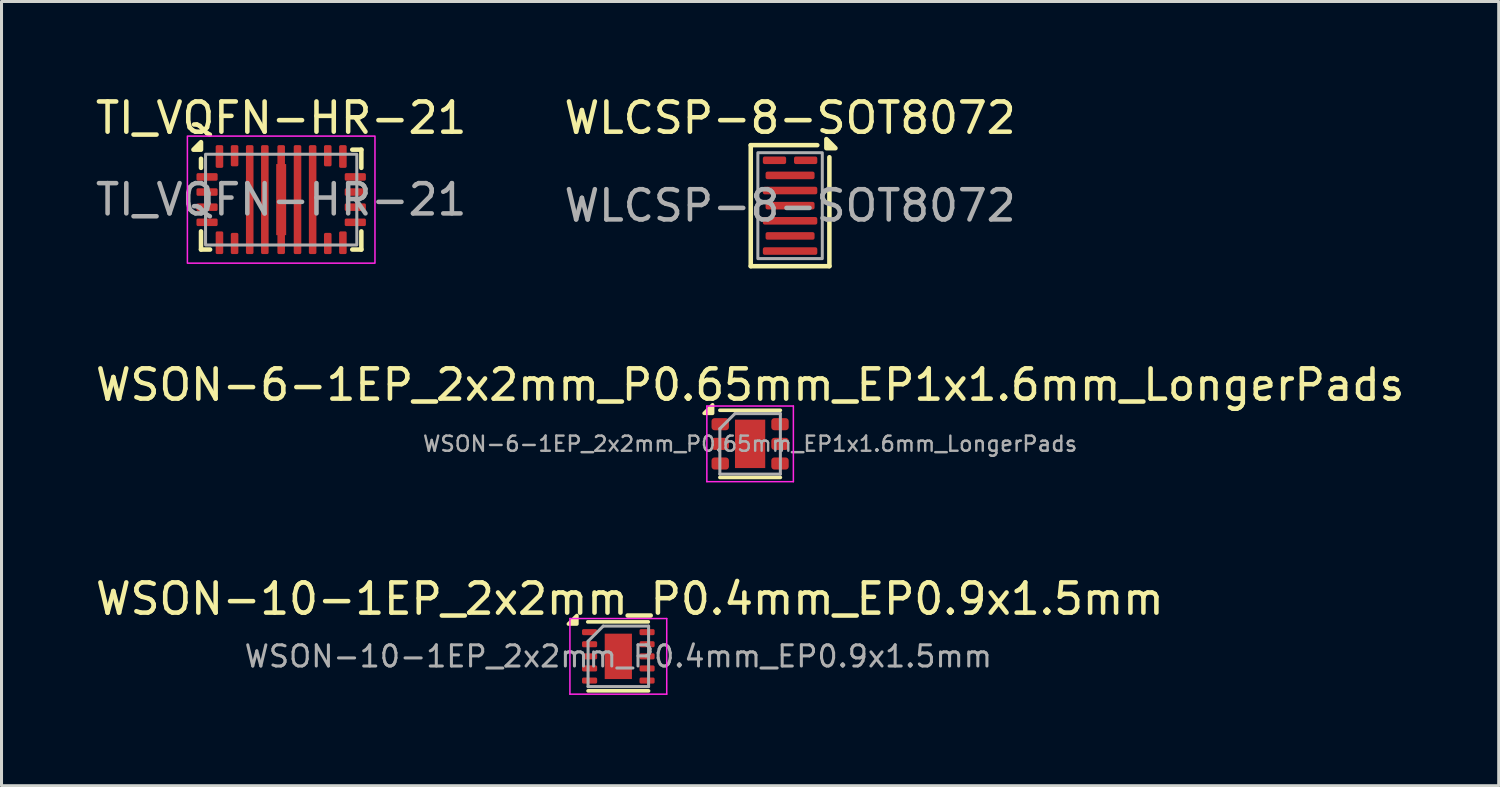
<source format=kicad_pcb>
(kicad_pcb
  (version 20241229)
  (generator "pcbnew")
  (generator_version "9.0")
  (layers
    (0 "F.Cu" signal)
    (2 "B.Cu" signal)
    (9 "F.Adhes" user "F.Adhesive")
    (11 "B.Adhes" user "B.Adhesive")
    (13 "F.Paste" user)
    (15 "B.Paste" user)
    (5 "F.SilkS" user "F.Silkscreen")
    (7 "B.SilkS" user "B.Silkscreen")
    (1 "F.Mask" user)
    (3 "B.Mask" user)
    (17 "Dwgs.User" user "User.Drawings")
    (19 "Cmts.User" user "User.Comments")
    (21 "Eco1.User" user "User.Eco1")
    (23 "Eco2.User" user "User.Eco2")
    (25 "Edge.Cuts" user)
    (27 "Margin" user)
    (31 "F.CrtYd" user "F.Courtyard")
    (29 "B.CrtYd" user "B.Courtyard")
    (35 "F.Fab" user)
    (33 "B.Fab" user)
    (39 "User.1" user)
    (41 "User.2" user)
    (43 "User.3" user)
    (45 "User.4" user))
  (footprint "WLCSP-8-SOT8072"
    (layer "F.Cu")
    (at 23.065 3.748)
    (property "Reference" "WLCSP-8-SOT8072" (at 0 -2.9 0) (unlocked yes) (layer "F.SilkS") (effects (font (size 1 1) (thickness 0.15))))
    (attr smd)
    (fp_line (start -1.3 -2) (end -1.3 2) (stroke (width 0.15) (type default)) (layer "F.SilkS"))
    (fp_line (start -1.3 2) (end 1.3 2) (stroke (width 0.15) (type default)) (layer "F.SilkS"))
    (fp_line (start 0.9 -2) (end -1.3 -2) (stroke (width 0.15) (type default)) (layer "F.SilkS"))
    (fp_line (start 1.3 2) (end 1.3 -1.6) (stroke (width 0.15) (type default)) (layer "F.SilkS"))
    (fp_poly (pts (xy 1.2 -1.9) (xy 1.5 -1.9) (xy 1.2 -2.2)) (stroke (width 0.15) (type solid)) (fill yes) (layer "F.SilkS"))
    (fp_rect (start -1.065 -1.75) (end 1.065 1.75) (stroke (width 0.1) (type default)) (fill no) (layer "F.Fab"))
    (fp_text user "${REFERENCE}" (at 0 0 0) (unlocked yes) (layer "F.Fab") (effects (font (size 1 1) (thickness 0.15))))
    (pad "1" smd roundrect (at 0.515 -1.5) (size 0.77 0.25) (layers "F.Cu" "F.Mask" "F.Paste") (roundrect_rratio 0.25))
    (pad "2" smd roundrect (at -0.515 -1.5) (size 0.77 0.25) (layers "F.Cu" "F.Mask" "F.Paste") (roundrect_rratio 0.25))
    (pad "3" smd roundrect (at 0 -1) (size 1.62 0.25) (layers "F.Cu" "F.Mask" "F.Paste") (roundrect_rratio 0.25))
    (pad "4" smd roundrect (at 0 -0.5) (size 1.8 0.25) (layers "F.Cu" "F.Mask" "F.Paste") (roundrect_rratio 0.25))
    (pad "5" smd roundrect (at 0 0) (size 1.62 0.25) (layers "F.Cu" "F.Mask" "F.Paste") (roundrect_rratio 0.25))
    (pad "6" smd roundrect (at 0 0.5) (size 1.8 0.25) (layers "F.Cu" "F.Mask" "F.Paste") (roundrect_rratio 0.25))
    (pad "7" smd roundrect (at 0 1) (size 1.62 0.25) (layers "F.Cu" "F.Mask" "F.Paste") (roundrect_rratio 0.25))
    (pad "8" smd roundrect (at 0 1.5) (size 1.8 0.25) (layers "F.Cu" "F.Mask" "F.Paste") (roundrect_rratio 0.25)))
  (footprint "TI_VQFN-HR-21"
    (layer "F.Cu")
    (at 6.244 3.548)
    (property "Reference" "TI_VQFN-HR-21" (at 0 -2.7 0) (unlocked yes) (layer "F.SilkS") (effects (font (size 1 1) (thickness 0.15))))
    (attr smd)
    (fp_line (start -2.65 -1.35) (end -2.65 -1.05) (stroke (width 0.15) (type default)) (layer "F.SilkS"))
    (fp_line (start -2.65 1.05) (end -2.65 1.65) (stroke (width 0.15) (type default)) (layer "F.SilkS"))
    (fp_line (start -2.65 1.65) (end -2.35 1.65) (stroke (width 0.15) (type default)) (layer "F.SilkS"))
    (fp_line (start 2.65 -1.65) (end 2.35 -1.65) (stroke (width 0.15) (type default)) (layer "F.SilkS"))
    (fp_line (start 2.65 -1.05) (end 2.65 -1.65) (stroke (width 0.15) (type default)) (layer "F.SilkS"))
    (fp_line (start 2.65 1.05) (end 2.65 1.65) (stroke (width 0.15) (type default)) (layer "F.SilkS"))
    (fp_line (start 2.65 1.65) (end 2.35 1.65) (stroke (width 0.15) (type default)) (layer "F.SilkS"))
    (fp_poly (pts (xy -2.65 -1.65) (xy -2.9 -1.65) (xy -2.65 -1.9)) (stroke (width 0.15) (type solid)) (fill yes) (layer "F.SilkS"))
    (fp_rect (start -3.1 -2.1) (end 3.1 2.1) (stroke (width 0.05) (type default)) (fill no) (layer "F.CrtYd"))
    (fp_rect (start -2.5 -1.5) (end 2.5 1.5) (stroke (width 0.1) (type default)) (fill no) (layer "F.Fab"))
    (fp_text user "${REFERENCE}" (at 0 0 0) (unlocked yes) (layer "F.Fab") (effects (font (size 1 1) (thickness 0.15))))
    (pad "1" smd roundrect (at -2.45 -0.75) (size 0.7 0.25) (layers "F.Cu" "F.Mask" "F.Paste") (roundrect_rratio 0.2))
    (pad "2" smd roundrect (at -2.45 -0.25) (size 0.7 0.25) (layers "F.Cu" "F.Mask" "F.Paste") (roundrect_rratio 0.2))
    (pad "3" smd roundrect (at -2.45 0.25) (size 0.7 0.25) (layers "F.Cu" "F.Mask" "F.Paste") (roundrect_rratio 0.2))
    (pad "4" smd roundrect (at -2.45 0.75) (size 0.7 0.25) (layers "F.Cu" "F.Mask" "F.Paste") (roundrect_rratio 0.2))
    (pad "5" smd roundrect (at -2.04 1.425 90) (size 0.75 0.25) (layers "F.Cu" "F.Mask" "F.Paste") (roundrect_rratio 0.2))
    (pad "6" smd roundrect (at -1.54 1.45 90) (size 0.7 0.25) (layers "F.Cu" "F.Mask" "F.Paste") (roundrect_rratio 0.2))
    (pad "7" smd roundrect (at -1.04 0 90) (size 3.6 0.25) (layers "F.Cu" "F.Mask" "F.Paste") (roundrect_rratio 0.2))
    (pad "8" smd roundrect (at -0.54 0 90) (size 3.6 0.25) (layers "F.Cu" "F.Mask" "F.Paste") (roundrect_rratio 0.2))
    (pad "9" smd custom (at 0 0 90) (size 0.25 0.25) (layers "F.Cu" "F.Mask" "F.Paste") (options (anchor circle)) (primitives (gr_rect (start -1.175 -0.165) (end 1.175 0.165) (width 0) (fill yes)) (gr_poly (pts (xy -1.8 -0.075) (xy -1.796 -0.094) (xy -1.785 -0.11) (xy -1.769 -0.121) (xy -1.75 -0.125) (xy 1.75 -0.125) (xy 1.769 -0.121) (xy 1.785 -0.11) (xy 1.796 -0.094) (xy 1.8 -0.075) (xy 1.8 0.075) (xy 1.796 0.094) (xy 1.785 0.11) (xy 1.769 0.121) (xy 1.75 0.125) (xy -1.75 0.125) (xy -1.769 0.121) (xy -1.785 0.11) (xy -1.796 0.094) (xy -1.8 0.075)) (width 0) (fill yes))))
    (pad "10" smd roundrect (at 0.54 0 90) (size 3.6 0.25) (layers "F.Cu" "F.Mask" "F.Paste") (roundrect_rratio 0.2))
    (pad "11" smd roundrect (at 1.04 0 90) (size 3.6 0.25) (layers "F.Cu" "F.Mask" "F.Paste") (roundrect_rratio 0.2))
    (pad "12" smd roundrect (at 1.54 1.45 90) (size 0.7 0.25) (layers "F.Cu" "F.Mask" "F.Paste") (roundrect_rratio 0.2))
    (pad "13" smd roundrect (at 2.04 1.425 90) (size 0.75 0.25) (layers "F.Cu" "F.Mask" "F.Paste") (roundrect_rratio 0.2))
    (pad "14" smd roundrect (at 2.45 0.75) (size 0.7 0.25) (layers "F.Cu" "F.Mask" "F.Paste") (roundrect_rratio 0.2))
    (pad "15" smd roundrect (at 2.45 0.25) (size 0.7 0.25) (layers "F.Cu" "F.Mask" "F.Paste") (roundrect_rratio 0.2))
    (pad "16" smd roundrect (at 2.45 -0.25) (size 0.7 0.25) (layers "F.Cu" "F.Mask" "F.Paste") (roundrect_rratio 0.2))
    (pad "17" smd roundrect (at 2.45 -0.75) (size 0.7 0.25) (layers "F.Cu" "F.Mask" "F.Paste") (roundrect_rratio 0.2))
    (pad "18" smd roundrect (at 2.04 -1.425 90) (size 0.75 0.25) (layers "F.Cu" "F.Mask" "F.Paste") (roundrect_rratio 0.2))
    (pad "19" smd roundrect (at 1.54 -1.45 90) (size 0.7 0.25) (layers "F.Cu" "F.Mask" "F.Paste") (roundrect_rratio 0.2))
    (pad "20" smd roundrect (at -1.54 -1.45 90) (size 0.7 0.25) (layers "F.Cu" "F.Mask" "F.Paste") (roundrect_rratio 0.2))
    (pad "21" smd roundrect (at -2.04 -1.425 90) (size 0.75 0.25) (layers "F.Cu" "F.Mask" "F.Paste") (roundrect_rratio 0.2)))
  (footprint "WSON-10-1EP_2x2mm_P0.4mm_EP0.9x1.5mm"
    (layer "F.Cu")
    (at 17.388 18.645)
    (property "Reference" "WSON-10-1EP_2x2mm_P0.4mm_EP0.9x1.5mm" (at 0.38 -1.9 0) (layer "F.SilkS") (effects (font (size 1 1) (thickness 0.15))))
    (attr smd)
    (fp_line (start -1.01 -1.14) (end 0.99 -1.14) (stroke (width 0.12) (type solid)) (layer "F.SilkS"))
    (fp_line (start -1 1.14) (end 1 1.14) (stroke (width 0.12) (type solid)) (layer "F.SilkS"))
    (fp_poly (pts (xy -1.37 -1.07) (xy -1.65 -1.07) (xy -1.37 -1.35) (xy -1.37 -1.07)) (stroke (width 0.12) (type solid)) (fill yes) (layer "F.SilkS"))
    (fp_line (start -1.6 -1.25) (end -1.6 1.25) (stroke (width 0.05) (type solid)) (layer "F.CrtYd"))
    (fp_line (start -1.6 -1.25) (end 1.6 -1.25) (stroke (width 0.05) (type solid)) (layer "F.CrtYd"))
    (fp_line (start -1.6 1.25) (end 1.6 1.25) (stroke (width 0.05) (type solid)) (layer "F.CrtYd"))
    (fp_line (start 1.6 -1.25) (end 1.6 1.25) (stroke (width 0.05) (type solid)) (layer "F.CrtYd"))
    (fp_line (start -1 1) (end -1 -0.5) (stroke (width 0.1) (type solid)) (layer "F.Fab"))
    (fp_line (start -0.5 -1) (end -1 -0.5) (stroke (width 0.1) (type solid)) (layer "F.Fab"))
    (fp_line (start -0.5 -1) (end 1 -1) (stroke (width 0.1) (type solid)) (layer "F.Fab"))
    (fp_line (start 1 -1) (end 1 1) (stroke (width 0.1) (type solid)) (layer "F.Fab"))
    (fp_line (start 1 1) (end -1 1) (stroke (width 0.1) (type solid)) (layer "F.Fab"))
    (fp_text user "${REFERENCE}" (at 0 0 0) (layer "F.Fab") (effects (font (size 0.7 0.7) (thickness 0.1))))
    (pad "" smd rect (at 0 -0.4) (size 0.75 0.65) (layers "F.Paste"))
    (pad "" smd rect (at 0 0.4) (size 0.75 0.65) (layers "F.Paste"))
    (pad "1" smd roundrect (at -0.95 -0.8) (size 0.5 0.2) (layers "F.Cu" "F.Mask" "F.Paste") (roundrect_rratio 0.25))
    (pad "2" smd roundrect (at -0.95 -0.4) (size 0.5 0.2) (layers "F.Cu" "F.Mask" "F.Paste") (roundrect_rratio 0.25))
    (pad "3" smd roundrect (at -0.95 0) (size 0.5 0.2) (layers "F.Cu" "F.Mask" "F.Paste") (roundrect_rratio 0.25))
    (pad "4" smd roundrect (at -0.95 0.4) (size 0.5 0.2) (layers "F.Cu" "F.Mask" "F.Paste") (roundrect_rratio 0.25))
    (pad "5" smd roundrect (at -0.95 0.8) (size 0.5 0.2) (layers "F.Cu" "F.Mask" "F.Paste") (roundrect_rratio 0.25))
    (pad "6" smd roundrect (at 0.95 0.8) (size 0.5 0.2) (layers "F.Cu" "F.Mask" "F.Paste") (roundrect_rratio 0.25))
    (pad "7" smd roundrect (at 0.95 0.4) (size 0.5 0.2) (layers "F.Cu" "F.Mask" "F.Paste") (roundrect_rratio 0.25))
    (pad "8" smd roundrect (at 0.95 0) (size 0.5 0.2) (layers "F.Cu" "F.Mask" "F.Paste") (roundrect_rratio 0.25))
    (pad "9" smd roundrect (at 0.95 -0.4) (size 0.5 0.2) (layers "F.Cu" "F.Mask" "F.Paste") (roundrect_rratio 0.25))
    (pad "10" smd roundrect (at 0.95 -0.8) (size 0.5 0.2) (layers "F.Cu" "F.Mask" "F.Paste") (roundrect_rratio 0.25))
    (pad "11" smd rect (at 0 0) (size 0.9 1.5) (layers "F.Cu" "F.Mask")))
  (footprint "WSON-6-1EP_2x2mm_P0.65mm_EP1x1.6mm_LongerPads"
    (layer "F.Cu")
    (at 21.744 11.621)
    (property "Reference" "WSON-6-1EP_2x2mm_P0.65mm_EP1x1.6mm_LongerPads" (at 0 -1.95 0) (layer "F.SilkS") (effects (font (size 1 1) (thickness 0.15))))
    (attr smd)
    (fp_line (start -1 -1.11) (end 1 -1.11) (stroke (width 0.12) (type solid)) (layer "F.SilkS"))
    (fp_line (start -1 1.11) (end 1 1.11) (stroke (width 0.12) (type solid)) (layer "F.SilkS"))
    (fp_poly (pts (xy -1.24 -1.01) (xy -1.52 -1.01) (xy -1.24 -1.29) (xy -1.24 -1.01)) (stroke (width 0.12) (type solid)) (fill yes) (layer "F.SilkS"))
    (fp_line (start -1.43 -1.25) (end -1.43 1.25) (stroke (width 0.05) (type solid)) (layer "F.CrtYd"))
    (fp_line (start -1.43 1.25) (end 1.43 1.25) (stroke (width 0.05) (type solid)) (layer "F.CrtYd"))
    (fp_line (start 1.43 -1.25) (end -1.43 -1.25) (stroke (width 0.05) (type solid)) (layer "F.CrtYd"))
    (fp_line (start 1.43 1.25) (end 1.43 -1.25) (stroke (width 0.05) (type solid)) (layer "F.CrtYd"))
    (fp_line (start -1 -0.5) (end -0.5 -1) (stroke (width 0.1) (type solid)) (layer "F.Fab"))
    (fp_line (start -1 1) (end -1 -0.5) (stroke (width 0.1) (type solid)) (layer "F.Fab"))
    (fp_line (start -0.5 -1) (end 1 -1) (stroke (width 0.1) (type solid)) (layer "F.Fab"))
    (fp_line (start 1 -1) (end 1 1) (stroke (width 0.1) (type solid)) (layer "F.Fab"))
    (fp_line (start 1 1) (end -1 1) (stroke (width 0.1) (type solid)) (layer "F.Fab"))
    (fp_text user "${REFERENCE}" (at 0 0 0) (layer "F.Fab") (effects (font (size 0.5 0.5) (thickness 0.08))))
    (pad "" smd roundrect (at 0 -0.4) (size 0.81 0.64) (layers "F.Paste") (roundrect_rratio 0.25))
    (pad "" smd roundrect (at 0 0.4) (size 0.81 0.64) (layers "F.Paste") (roundrect_rratio 0.25))
    (pad "1" smd roundrect (at -0.988 -0.65) (size 0.575 0.4) (layers "F.Cu" "F.Mask" "F.Paste") (roundrect_rratio 0.25))
    (pad "2" smd roundrect (at -0.988 0) (size 0.575 0.4) (layers "F.Cu" "F.Mask" "F.Paste") (roundrect_rratio 0.25))
    (pad "3" smd roundrect (at -0.988 0.65) (size 0.575 0.4) (layers "F.Cu" "F.Mask" "F.Paste") (roundrect_rratio 0.25))
    (pad "4" smd roundrect (at 0.988 0.65) (size 0.575 0.4) (layers "F.Cu" "F.Mask" "F.Paste") (roundrect_rratio 0.25))
    (pad "5" smd roundrect (at 0.988 0) (size 0.575 0.4) (layers "F.Cu" "F.Mask" "F.Paste") (roundrect_rratio 0.25))
    (pad "6" smd roundrect (at 0.988 -0.65) (size 0.575 0.4) (layers "F.Cu" "F.Mask" "F.Paste") (roundrect_rratio 0.25))
    (pad "7" smd rect (at 0 0) (size 1 1.6) (property pad_prop_heatsink) (layers "F.Cu" "F.Mask")))
  (gr_rect
    (start -3 -3)
    (end 46.488 22.92)
    (stroke (width 0.1) (type default))
    (fill no)
    (layer "Edge.Cuts")))
</source>
